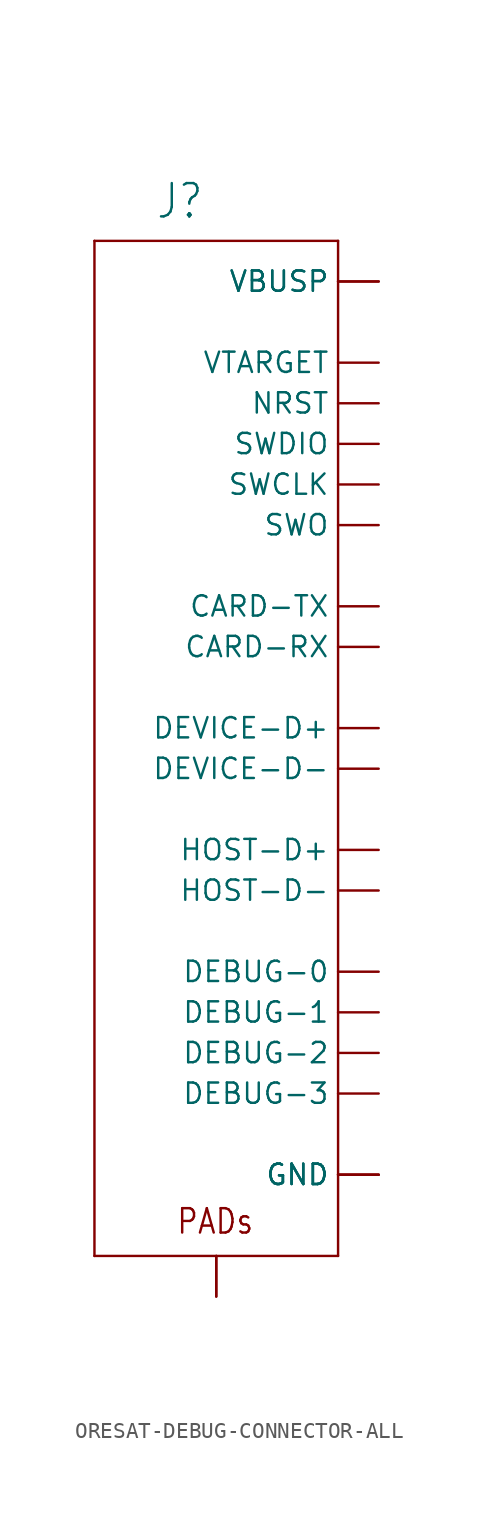
<source format=kicad_sym>
(kicad_symbol_lib
  (version 20211014)
  (generator kicad_symbol_editor)
  (symbol "ORESAT-DEBUG-CONNECTOR-ALL"
    (property "Reference" "J"
      (at -3.81 31.75 0)
      (effects (font (size 2.083 1.77)) (justify left bottom)))
    (property "ki_locked" ""
      (at 0 0 0)
      (effects (font (size 1.27 1.27))))
    (symbol "ORESAT-DEBUG-CONNECTOR-ALL_1_0"
      (polyline (pts (xy -7.62 -33.02) (xy 7.62 -33.02)) (stroke (width 0.152) (type default) (color 0 0 0 0)) (fill (type none)))
      (polyline (pts (xy -7.62 30.48) (xy -7.62 -33.02)) (stroke (width 0.152) (type default) (color 0 0 0 0)) (fill (type none)))
      (polyline (pts (xy 7.62 -33.02) (xy 7.62 30.48)) (stroke (width 0.152) (type default) (color 0 0 0 0)) (fill (type none)))
      (polyline (pts (xy 7.62 30.48) (xy -7.62 30.48)) (stroke (width 0.152) (type default) (color 0 0 0 0)) (fill (type none)))
      (text "PADs" (at -2.54 -31.75 0) (effects (font (size 1.524 1.295)) (justify left bottom)))
      (pin passive line (at 10.16 27.94 180) (length 2.54) (name "VBUSP" (effects (font (size 1.27 1.27)))) (number "1" (effects (font (size 0 0)))))
      (pin passive line (at 10.16 20.32 180) (length 2.54) (name "NRST" (effects (font (size 1.27 1.27)))) (number "10" (effects (font (size 0 0)))))
      (pin passive line (at 10.16 22.86 180) (length 2.54) (name "VTARGET" (effects (font (size 1.27 1.27)))) (number "11" (effects (font (size 0 0)))))
      (pin passive line (at 10.16 5.08 180) (length 2.54) (name "CARD-RX" (effects (font (size 1.27 1.27)))) (number "12" (effects (font (size 0 0)))))
      (pin passive line (at 10.16 7.62 180) (length 2.54) (name "CARD-TX" (effects (font (size 1.27 1.27)))) (number "13" (effects (font (size 0 0)))))
      (pin passive line (at 10.16 17.78 180) (length 2.54) (name "SWDIO" (effects (font (size 1.27 1.27)))) (number "14" (effects (font (size 0 0)))))
      (pin passive line (at 10.16 15.24 180) (length 2.54) (name "SWCLK" (effects (font (size 1.27 1.27)))) (number "15" (effects (font (size 0 0)))))
      (pin passive line (at 10.16 12.7 180) (length 2.54) (name "SWO" (effects (font (size 1.27 1.27)))) (number "16" (effects (font (size 0 0)))))
      (pin passive line (at 10.16 -15.24 180) (length 2.54) (name "DEBUG-0" (effects (font (size 1.27 1.27)))) (number "17" (effects (font (size 0 0)))))
      (pin passive line (at 10.16 -17.78 180) (length 2.54) (name "DEBUG-1" (effects (font (size 1.27 1.27)))) (number "18" (effects (font (size 0 0)))))
      (pin passive line (at 10.16 -20.32 180) (length 2.54) (name "DEBUG-2" (effects (font (size 1.27 1.27)))) (number "19" (effects (font (size 0 0)))))
      (pin passive line (at 10.16 27.94 180) (length 2.54) (name "VBUSP" (effects (font (size 1.27 1.27)))) (number "2" (effects (font (size 0 0)))))
      (pin passive line (at 10.16 -22.86 180) (length 2.54) (name "DEBUG-3" (effects (font (size 1.27 1.27)))) (number "20" (effects (font (size 0 0)))))
      (pin passive line (at 10.16 -27.94 180) (length 2.54) (name "GND" (effects (font (size 1.27 1.27)))) (number "3" (effects (font (size 0 0)))))
      (pin passive line (at 10.16 0 180) (length 2.54) (name "DEVICE-D+" (effects (font (size 1.27 1.27)))) (number "4" (effects (font (size 0 0)))))
      (pin passive line (at 10.16 -2.54 180) (length 2.54) (name "DEVICE-D-" (effects (font (size 1.27 1.27)))) (number "5" (effects (font (size 0 0)))))
      (pin passive line (at 10.16 -27.94 180) (length 2.54) (name "GND" (effects (font (size 1.27 1.27)))) (number "6" (effects (font (size 0 0)))))
      (pin passive line (at 10.16 -7.62 180) (length 2.54) (name "HOST-D+" (effects (font (size 1.27 1.27)))) (number "7" (effects (font (size 0 0)))))
      (pin passive line (at 10.16 -10.16 180) (length 2.54) (name "HOST-D-" (effects (font (size 1.27 1.27)))) (number "8" (effects (font (size 0 0)))))
      (pin passive line (at 10.16 -27.94 180) (length 2.54) (name "GND" (effects (font (size 1.27 1.27)))) (number "9" (effects (font (size 0 0)))))
      (pin bidirectional line (at 0 -35.56 90) (length 2.54) (name "PAD" (effects (font (size 0 0)))) (number "PAD1" (effects (font (size 0 0)))))
      (pin bidirectional line (at 0 -35.56 90) (length 2.54) (name "PAD" (effects (font (size 0 0)))) (number "PAD2" (effects (font (size 0 0))))))))
</source>
